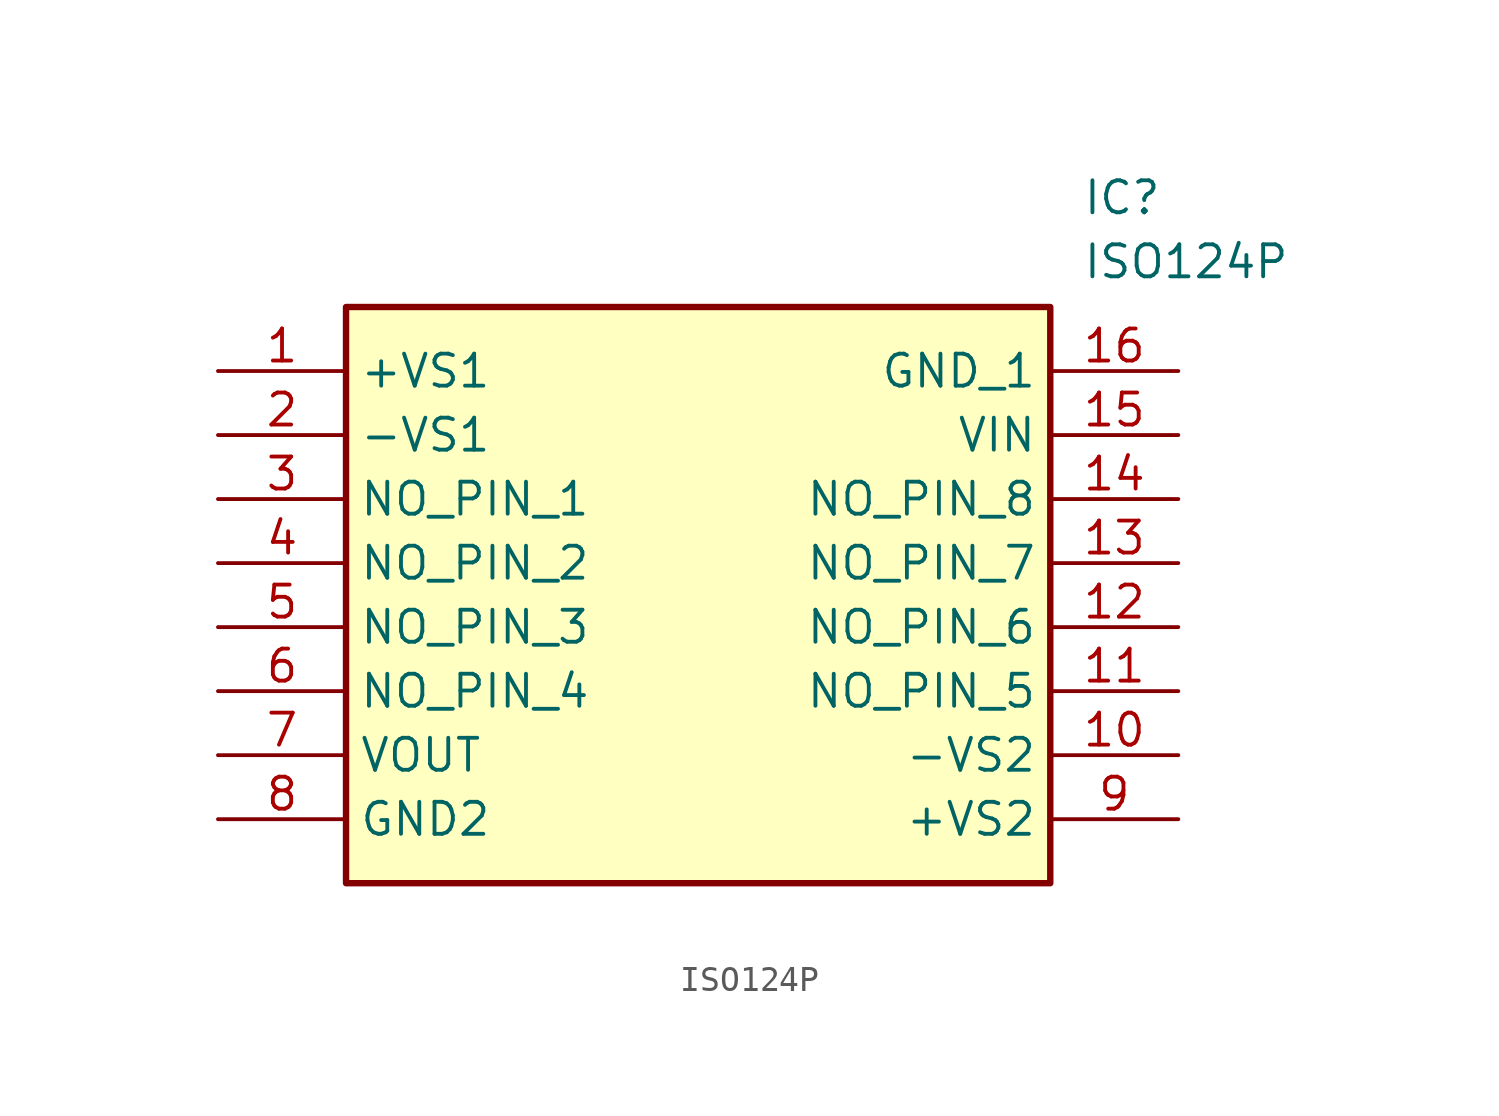
<source format=kicad_sym>
(kicad_symbol_lib
  (version 20211014)
  (generator SamacSys_ECAD_Model)
  (symbol "ISO124P"
    (property "Reference" "IC"
      (at 34.29 7.62 0)
      (effects (font (size 1.27 1.27)) (justify left top)))
    (property "Value" "ISO124P"
      (at 34.29 5.08 0)
      (effects (font (size 1.27 1.27)) (justify left top)))
    (rectangle
      (start 5.08 2.54)
      (end 33.02 -20.32)
      (stroke (width 0.254) (type default))
      (fill (type background)))
    (pin passive line
      (at 0 0 0)
      (length 5.08)
      (name "+VS1" (effects (font (size 1.27 1.27))))
      (number "1" (effects (font (size 1.27 1.27)))))
    (pin passive line
      (at 0 -2.54 0)
      (length 5.08)
      (name "-VS1" (effects (font (size 1.27 1.27))))
      (number "2" (effects (font (size 1.27 1.27)))))
    (pin passive line
      (at 0 -5.08 0)
      (length 5.08)
      (name "NO_PIN_1" (effects (font (size 1.27 1.27))))
      (number "3" (effects (font (size 1.27 1.27)))))
    (pin passive line
      (at 0 -7.62 0)
      (length 5.08)
      (name "NO_PIN_2" (effects (font (size 1.27 1.27))))
      (number "4" (effects (font (size 1.27 1.27)))))
    (pin passive line
      (at 0 -10.16 0)
      (length 5.08)
      (name "NO_PIN_3" (effects (font (size 1.27 1.27))))
      (number "5" (effects (font (size 1.27 1.27)))))
    (pin passive line
      (at 0 -12.7 0)
      (length 5.08)
      (name "NO_PIN_4" (effects (font (size 1.27 1.27))))
      (number "6" (effects (font (size 1.27 1.27)))))
    (pin passive line
      (at 0 -15.24 0)
      (length 5.08)
      (name "VOUT" (effects (font (size 1.27 1.27))))
      (number "7" (effects (font (size 1.27 1.27)))))
    (pin passive line
      (at 0 -17.78 0)
      (length 5.08)
      (name "GND2" (effects (font (size 1.27 1.27))))
      (number "8" (effects (font (size 1.27 1.27)))))
    (pin passive line
      (at 38.1 0 180)
      (length 5.08)
      (name "GND_1" (effects (font (size 1.27 1.27))))
      (number "16" (effects (font (size 1.27 1.27)))))
    (pin passive line
      (at 38.1 -2.54 180)
      (length 5.08)
      (name "VIN" (effects (font (size 1.27 1.27))))
      (number "15" (effects (font (size 1.27 1.27)))))
    (pin passive line
      (at 38.1 -5.08 180)
      (length 5.08)
      (name "NO_PIN_8" (effects (font (size 1.27 1.27))))
      (number "14" (effects (font (size 1.27 1.27)))))
    (pin passive line
      (at 38.1 -7.62 180)
      (length 5.08)
      (name "NO_PIN_7" (effects (font (size 1.27 1.27))))
      (number "13" (effects (font (size 1.27 1.27)))))
    (pin passive line
      (at 38.1 -10.16 180)
      (length 5.08)
      (name "NO_PIN_6" (effects (font (size 1.27 1.27))))
      (number "12" (effects (font (size 1.27 1.27)))))
    (pin passive line
      (at 38.1 -12.7 180)
      (length 5.08)
      (name "NO_PIN_5" (effects (font (size 1.27 1.27))))
      (number "11" (effects (font (size 1.27 1.27)))))
    (pin passive line
      (at 38.1 -15.24 180)
      (length 5.08)
      (name "-VS2" (effects (font (size 1.27 1.27))))
      (number "10" (effects (font (size 1.27 1.27)))))
    (pin passive line
      (at 38.1 -17.78 180)
      (length 5.08)
      (name "+VS2" (effects (font (size 1.27 1.27))))
      (number "9" (effects (font (size 1.27 1.27)))))))
</source>
